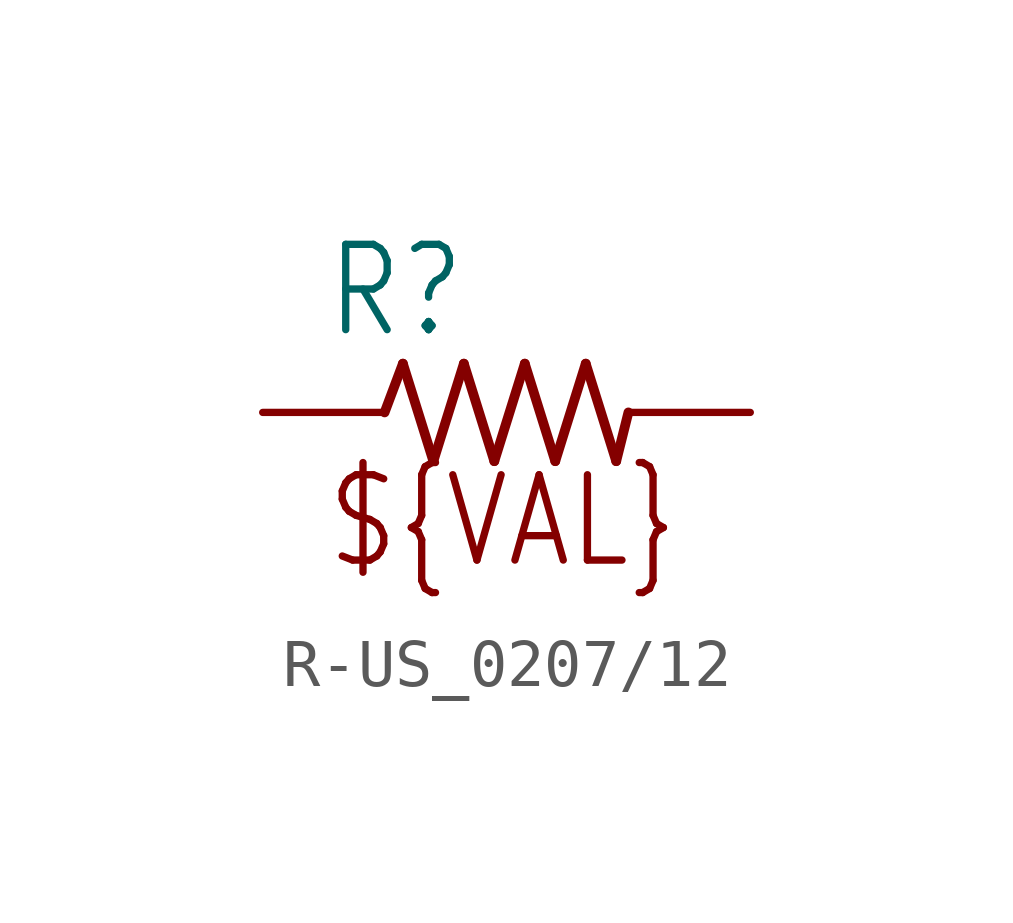
<source format=kicad_sym>
(kicad_symbol_lib
  (version 20231120)
  (generator "kicad_symbol_editor")
  (generator_version "8.0")
  (symbol "R-US_0207/12"
    (property "Reference" "R"
      (at -3.81 1.499 0)
      (effects (font (size 1.778 1.511)) (justify left bottom)))
    (property "ki_locked" ""
      (at 0 0 0)
      (effects (font (size 1.27 1.27))))
    (symbol "R-US_0207/12_1_0"
      (polyline (pts (xy -2.54 0) (xy -2.159 1.016)) (stroke (width 0.203) (type solid)) (fill (type none)))
      (polyline (pts (xy -2.159 1.016) (xy -1.524 -1.016)) (stroke (width 0.203) (type solid)) (fill (type none)))
      (polyline (pts (xy -1.524 -1.016) (xy -0.889 1.016)) (stroke (width 0.203) (type solid)) (fill (type none)))
      (polyline (pts (xy -0.889 1.016) (xy -0.254 -1.016)) (stroke (width 0.203) (type solid)) (fill (type none)))
      (polyline (pts (xy -0.254 -1.016) (xy 0.381 1.016)) (stroke (width 0.203) (type solid)) (fill (type none)))
      (polyline (pts (xy 0.381 1.016) (xy 1.016 -1.016)) (stroke (width 0.203) (type solid)) (fill (type none)))
      (polyline (pts (xy 1.016 -1.016) (xy 1.651 1.016)) (stroke (width 0.203) (type solid)) (fill (type none)))
      (polyline (pts (xy 1.651 1.016) (xy 2.286 -1.016)) (stroke (width 0.203) (type solid)) (fill (type none)))
      (polyline (pts (xy 2.286 -1.016) (xy 2.54 0)) (stroke (width 0.203) (type solid)) (fill (type none)))
      (text "${VAL}" (at -3.81 -3.302 0) (effects (font (size 1.778 1.511)) (justify left bottom)))
      (pin passive line (at -5.08 0 0) (length 2.54) (name "1" (effects (font (size 0 0)))) (number "1" (effects (font (size 0 0)))))
      (pin passive line (at 5.08 0 180) (length 2.54) (name "2" (effects (font (size 0 0)))) (number "2" (effects (font (size 0 0))))))))
</source>
